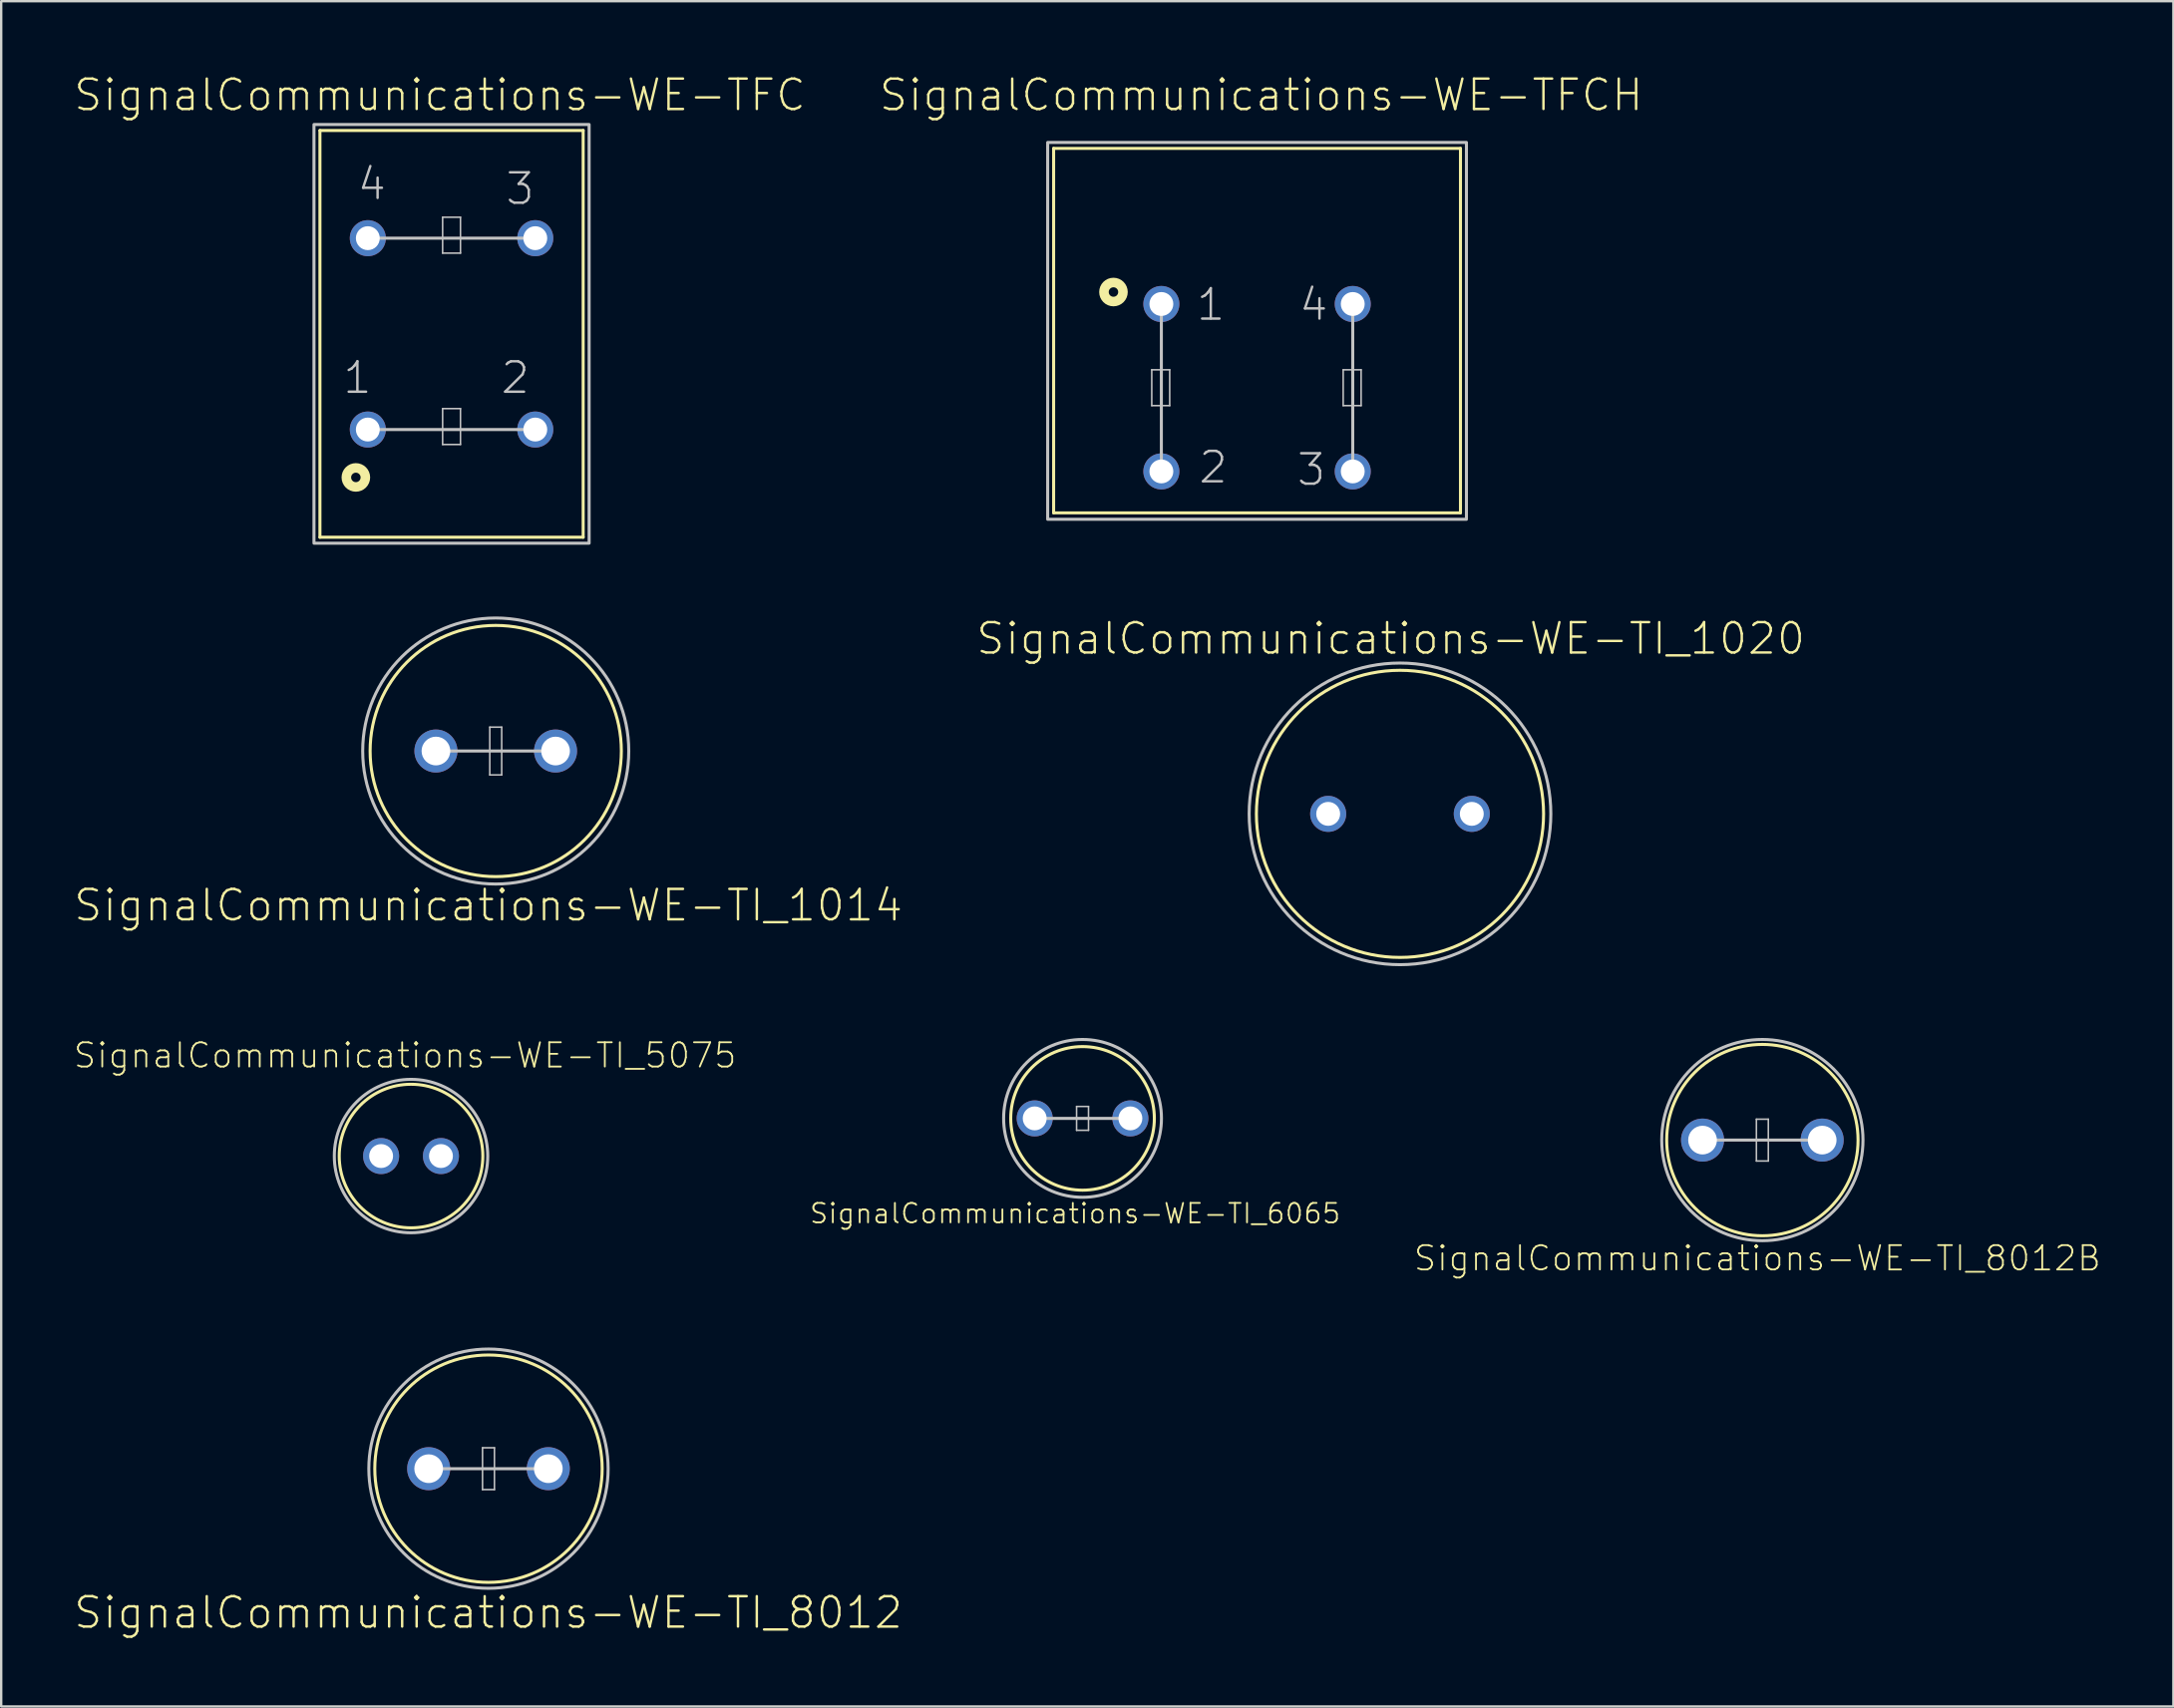
<source format=kicad_pcb>
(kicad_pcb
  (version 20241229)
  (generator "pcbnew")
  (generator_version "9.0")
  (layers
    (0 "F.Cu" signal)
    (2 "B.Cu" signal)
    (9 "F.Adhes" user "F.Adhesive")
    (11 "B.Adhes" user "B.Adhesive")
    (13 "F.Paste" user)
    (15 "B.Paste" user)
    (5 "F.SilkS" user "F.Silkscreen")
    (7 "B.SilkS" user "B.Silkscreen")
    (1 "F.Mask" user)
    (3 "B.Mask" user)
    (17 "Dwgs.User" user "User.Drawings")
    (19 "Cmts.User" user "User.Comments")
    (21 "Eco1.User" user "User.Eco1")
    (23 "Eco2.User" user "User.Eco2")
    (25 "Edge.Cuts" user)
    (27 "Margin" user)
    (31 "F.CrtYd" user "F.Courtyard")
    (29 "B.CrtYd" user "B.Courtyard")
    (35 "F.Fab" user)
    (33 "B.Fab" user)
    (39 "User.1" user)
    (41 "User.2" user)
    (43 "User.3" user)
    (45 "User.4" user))
  (footprint "SignalCommunications-WE-TI_1014"
    (layer "F.Cu")
    (at 17.662 28.333)
    (property "Reference" "SignalCommunications-WE-TI_1014" (at -0.31 6.449 0) (layer "F.SilkS") (effects (font (size 1.27 1.27) (thickness 0.102))))
    (attr exclude_from_pos_files exclude_from_bom)
    (fp_circle (center 0 0) (end 0 -5.248) (stroke (width 0.127) (type solid)) (fill no) (layer "F.SilkS"))
    (fp_line (start -2.499 0) (end 2.499 0) (stroke (width 0.127) (type solid)) (layer "Dwgs.User"))
    (fp_line (start -0.249 -0.998) (end 0.249 -0.998) (stroke (width 0.066) (type solid)) (layer "Dwgs.User"))
    (fp_line (start -0.249 0.998) (end -0.249 -0.998) (stroke (width 0.066) (type solid)) (layer "Dwgs.User"))
    (fp_line (start -0.249 0.998) (end 0.249 0.998) (stroke (width 0.066) (type solid)) (layer "Dwgs.User"))
    (fp_line (start 0.249 0.998) (end 0.249 -0.998) (stroke (width 0.066) (type solid)) (layer "Dwgs.User"))
    (fp_circle (center 0 0) (end 0 -5.558) (stroke (width 0.127) (type solid)) (fill no) (layer "Dwgs.User"))
    (pad "1" thru_hole circle (at -2.499 0) (size 1.798 1.798) (drill 1.199) (layers "*.Cu" "*.Paste" "*.Mask"))
    (pad "2" thru_hole circle (at 2.499 0) (size 1.798 1.798) (drill 1.199) (layers "*.Cu" "*.Paste" "*.Mask")))
  (footprint "SignalCommunications-WE-TI_8012"
    (layer "F.Cu")
    (at 17.359 58.322)
    (property "Reference" "SignalCommunications-WE-TI_8012" (at -0.008 6.015 0) (layer "F.SilkS") (effects (font (size 1.27 1.27) (thickness 0.102))))
    (attr exclude_from_pos_files exclude_from_bom)
    (fp_circle (center 0 0) (end 0 -4.75) (stroke (width 0.127) (type solid)) (fill no) (layer "F.SilkS"))
    (fp_line (start -2.499 0) (end 2.499 0) (stroke (width 0.127) (type solid)) (layer "Dwgs.User"))
    (fp_line (start -0.249 -0.874) (end 0.249 -0.874) (stroke (width 0.066) (type solid)) (layer "Dwgs.User"))
    (fp_line (start -0.249 0.874) (end -0.249 -0.874) (stroke (width 0.066) (type solid)) (layer "Dwgs.User"))
    (fp_line (start -0.249 0.874) (end 0.249 0.874) (stroke (width 0.066) (type solid)) (layer "Dwgs.User"))
    (fp_line (start 0.249 0.874) (end 0.249 -0.874) (stroke (width 0.066) (type solid)) (layer "Dwgs.User"))
    (fp_circle (center 0 0) (end 0 -4.999) (stroke (width 0.127) (type solid)) (fill no) (layer "Dwgs.User"))
    (pad "1" thru_hole circle (at -2.499 0) (size 1.798 1.798) (drill 1.199) (layers "*.Cu" "*.Paste" "*.Mask"))
    (pad "2" thru_hole circle (at 2.499 0) (size 1.798 1.798) (drill 1.199) (layers "*.Cu" "*.Paste" "*.Mask")))
  (footprint "SignalCommunications-WE-TI_1020"
    (layer "F.Cu")
    (at 55.442 30.959)
    (property "Reference" "SignalCommunications-WE-TI_1020" (at -0.386 -7.325 0) (layer "F.SilkS") (effects (font (size 1.27 1.27) (thickness 0.102))))
    (attr exclude_from_pos_files exclude_from_bom)
    (fp_circle (center 0 0) (end 0 -5.999) (stroke (width 0.127) (type solid)) (fill no) (layer "F.SilkS"))
    (fp_circle (center 0 0) (end 0 -6.302) (stroke (width 0.127) (type solid)) (fill no) (layer "Dwgs.User"))
    (pad "1" thru_hole circle (at -3 0) (size 1.506 1.506) (drill 0.998) (layers "*.Cu" "*.Paste" "*.Mask"))
    (pad "2" thru_hole circle (at 3 0) (size 1.506 1.506) (drill 0.998) (layers "*.Cu" "*.Paste" "*.Mask")))
  (footprint "SignalCommunications-WE-TI_8012B"
    (layer "F.Cu")
    (at 70.582 44.591)
    (property "Reference" "SignalCommunications-WE-TI_8012B" (at -0.208 4.94 0) (layer "F.SilkS") (effects (font (size 1.016 1.016) (thickness 0.076))))
    (attr exclude_from_pos_files exclude_from_bom)
    (fp_circle (center 0 0) (end 0 -3.998) (stroke (width 0.127) (type solid)) (fill no) (layer "F.SilkS"))
    (fp_line (start -2.499 0) (end 2.499 0) (stroke (width 0.127) (type solid)) (layer "Dwgs.User"))
    (fp_line (start -0.249 -0.874) (end 0.249 -0.874) (stroke (width 0.066) (type solid)) (layer "Dwgs.User"))
    (fp_line (start -0.249 0.874) (end -0.249 -0.874) (stroke (width 0.066) (type solid)) (layer "Dwgs.User"))
    (fp_line (start -0.249 0.874) (end 0.249 0.874) (stroke (width 0.066) (type solid)) (layer "Dwgs.User"))
    (fp_line (start 0.249 0.874) (end 0.249 -0.874) (stroke (width 0.066) (type solid)) (layer "Dwgs.User"))
    (fp_circle (center 0 0) (end 0 -4.204) (stroke (width 0.127) (type solid)) (fill no) (layer "Dwgs.User"))
    (pad "1" thru_hole circle (at -2.499 0) (size 1.798 1.798) (drill 1.199) (layers "*.Cu" "*.Paste" "*.Mask"))
    (pad "2" thru_hole circle (at 2.499 0) (size 1.798 1.798) (drill 1.199) (layers "*.Cu" "*.Paste" "*.Mask")))
  (footprint "SignalCommunications-WE-TI_6065"
    (layer "F.Cu")
    (at 42.179 43.684)
    (property "Reference" "SignalCommunications-WE-TI_6065" (at -0.31 3.973 0) (layer "F.SilkS") (effects (font (size 0.813 0.813) (thickness 0.076))))
    (attr exclude_from_pos_files exclude_from_bom)
    (fp_circle (center 0 0) (end 0 -3) (stroke (width 0.127) (type solid)) (fill no) (layer "F.SilkS"))
    (fp_line (start -1.999 0) (end 1.999 0) (stroke (width 0.127) (type solid)) (layer "Dwgs.User"))
    (fp_line (start -0.249 -0.498) (end 0.249 -0.498) (stroke (width 0.066) (type solid)) (layer "Dwgs.User"))
    (fp_line (start -0.249 0.498) (end -0.249 -0.498) (stroke (width 0.066) (type solid)) (layer "Dwgs.User"))
    (fp_line (start -0.249 0.498) (end 0.249 0.498) (stroke (width 0.066) (type solid)) (layer "Dwgs.User"))
    (fp_line (start 0.249 0.498) (end 0.249 -0.498) (stroke (width 0.066) (type solid)) (layer "Dwgs.User"))
    (fp_circle (center 0 0) (end 0 -3.297) (stroke (width 0.127) (type solid)) (fill no) (layer "Dwgs.User"))
    (pad "1" thru_hole circle (at -1.999 0) (size 1.506 1.506) (drill 0.998) (layers "*.Cu" "*.Paste" "*.Mask"))
    (pad "2" thru_hole circle (at 1.999 0) (size 1.506 1.506) (drill 0.998) (layers "*.Cu" "*.Paste" "*.Mask")))
  (footprint "SignalCommunications-WE-TFC"
    (layer "F.Cu")
    (at 15.816 10.901)
    (property "Reference" "SignalCommunications-WE-TFC" (at -0.49 -9.98 0) (layer "F.SilkS") (effects (font (size 1.27 1.27) (thickness 0.102))))
    (attr exclude_from_pos_files exclude_from_bom)
    (fp_line (start -5.499 -8.499) (end -5.499 8.499) (stroke (width 0.127) (type solid)) (layer "F.SilkS"))
    (fp_line (start -5.499 8.499) (end 5.499 8.499) (stroke (width 0.127) (type solid)) (layer "F.SilkS"))
    (fp_line (start 5.499 -8.499) (end -5.499 -8.499) (stroke (width 0.127) (type solid)) (layer "F.SilkS"))
    (fp_line (start 5.499 8.499) (end 5.499 -8.499) (stroke (width 0.127) (type solid)) (layer "F.SilkS"))
    (fp_circle (center -3.998 5.999) (end -3.998 5.801) (stroke (width 0.399) (type solid)) (fill no) (layer "F.SilkS"))
    (fp_line (start -3.498 -3.998) (end 3.498 -3.998) (stroke (width 0.127) (type solid)) (layer "Dwgs.User"))
    (fp_line (start -3.498 3.998) (end 3.498 3.998) (stroke (width 0.127) (type solid)) (layer "Dwgs.User"))
    (fp_line (start -0.373 -4.874) (end 0.373 -4.874) (stroke (width 0.066) (type solid)) (layer "Dwgs.User"))
    (fp_line (start -0.373 -3.373) (end -0.373 -4.874) (stroke (width 0.066) (type solid)) (layer "Dwgs.User"))
    (fp_line (start -0.373 -3.373) (end 0.373 -3.373) (stroke (width 0.066) (type solid)) (layer "Dwgs.User"))
    (fp_line (start -0.373 3.124) (end 0.373 3.124) (stroke (width 0.066) (type solid)) (layer "Dwgs.User"))
    (fp_line (start -0.373 4.623) (end -0.373 3.124) (stroke (width 0.066) (type solid)) (layer "Dwgs.User"))
    (fp_line (start -0.373 4.623) (end 0.373 4.623) (stroke (width 0.066) (type solid)) (layer "Dwgs.User"))
    (fp_line (start 0.373 -3.373) (end 0.373 -4.874) (stroke (width 0.066) (type solid)) (layer "Dwgs.User"))
    (fp_line (start 0.373 4.623) (end 0.373 3.124) (stroke (width 0.066) (type solid)) (layer "Dwgs.User"))
    (fp_poly (pts (xy -5.748 8.748) (xy -5.748 -8.748) (xy 5.748 -8.748) (xy 5.748 8.748) (xy -5.748 8.748)) (stroke (width 0.127) (type solid)) (fill no) (layer "Dwgs.User"))
    (fp_text user "1" (at -3.934 1.834 180) (layer "Dwgs.User") (effects (font (size 1.27 1.27) (thickness 0.102))))
    (fp_text user "2" (at 2.664 1.834 180) (layer "Dwgs.User") (effects (font (size 1.27 1.27) (thickness 0.102))))
    (fp_text user "4" (at -3.332 -6.264 180) (layer "Dwgs.User") (effects (font (size 1.27 1.27) (thickness 0.102))))
    (fp_text user "3" (at 2.863 -6.063 180) (layer "Dwgs.User") (effects (font (size 1.27 1.27) (thickness 0.102))))
    (pad "1" thru_hole circle (at -3.498 3.998) (size 1.506 1.506) (drill 0.998) (layers "*.Cu" "*.Paste" "*.Mask"))
    (pad "2" thru_hole circle (at 3.498 3.998) (size 1.506 1.506) (drill 0.998) (layers "*.Cu" "*.Paste" "*.Mask"))
    (pad "3" thru_hole circle (at 3.498 -3.998) (size 1.506 1.506) (drill 0.998) (layers "*.Cu" "*.Paste" "*.Mask"))
    (pad "4" thru_hole circle (at -3.498 -3.998) (size 1.506 1.506) (drill 0.998) (layers "*.Cu" "*.Paste" "*.Mask")))
  (footprint "SignalCommunications-WE-TI_5075"
    (layer "F.Cu")
    (at 14.123 45.258)
    (property "Reference" "SignalCommunications-WE-TI_5075" (at -0.249 -4.206 0) (layer "F.SilkS") (effects (font (size 1.016 1.016) (thickness 0.076))))
    (attr exclude_from_pos_files exclude_from_bom)
    (fp_circle (center 0 0) (end 0 -3) (stroke (width 0.127) (type solid)) (fill no) (layer "F.SilkS"))
    (fp_circle (center 0 0) (end 0 -3.205) (stroke (width 0.127) (type solid)) (fill no) (layer "Dwgs.User"))
    (pad "1" thru_hole circle (at -1.25 0) (size 1.506 1.506) (drill 0.998) (layers "*.Cu" "*.Paste" "*.Mask"))
    (pad "2" thru_hole circle (at 1.25 0) (size 1.506 1.506) (drill 0.998) (layers "*.Cu" "*.Paste" "*.Mask")))
  (footprint "SignalCommunications-WE-TFCH"
    (layer "F.Cu")
    (at 49.47 13.151)
    (property "Reference" "SignalCommunications-WE-TFCH" (at 0.173 -12.23 0) (layer "F.SilkS") (effects (font (size 1.27 1.27) (thickness 0.102))))
    (attr exclude_from_pos_files exclude_from_bom)
    (fp_line (start -8.499 -10) (end -8.499 5.23) (stroke (width 0.127) (type solid)) (layer "F.SilkS"))
    (fp_line (start -8.499 5.23) (end 8.499 5.23) (stroke (width 0.127) (type solid)) (layer "F.SilkS"))
    (fp_line (start 8.499 -10) (end -8.499 -10) (stroke (width 0.127) (type solid)) (layer "F.SilkS"))
    (fp_line (start 8.499 5.23) (end 8.499 -10) (stroke (width 0.127) (type solid)) (layer "F.SilkS"))
    (fp_circle (center -5.999 -3.998) (end -5.999 -4.196) (stroke (width 0.399) (type solid)) (fill no) (layer "F.SilkS"))
    (fp_line (start -4.399 -0.749) (end -3.65 -0.749) (stroke (width 0.066) (type solid)) (layer "Dwgs.User"))
    (fp_line (start -4.399 0.749) (end -4.399 -0.749) (stroke (width 0.066) (type solid)) (layer "Dwgs.User"))
    (fp_line (start -4.399 0.749) (end -3.65 0.749) (stroke (width 0.066) (type solid)) (layer "Dwgs.User"))
    (fp_line (start -3.998 3.498) (end -3.998 -3.498) (stroke (width 0.127) (type solid)) (layer "Dwgs.User"))
    (fp_line (start -3.65 0.749) (end -3.65 -0.749) (stroke (width 0.066) (type solid)) (layer "Dwgs.User"))
    (fp_line (start 3.599 -0.749) (end 4.348 -0.749) (stroke (width 0.066) (type solid)) (layer "Dwgs.User"))
    (fp_line (start 3.599 0.749) (end 3.599 -0.749) (stroke (width 0.066) (type solid)) (layer "Dwgs.User"))
    (fp_line (start 3.599 0.749) (end 4.348 0.749) (stroke (width 0.066) (type solid)) (layer "Dwgs.User"))
    (fp_line (start 3.998 3.498) (end 3.998 -3.498) (stroke (width 0.127) (type solid)) (layer "Dwgs.User"))
    (fp_line (start 4.348 0.749) (end 4.348 -0.749) (stroke (width 0.066) (type solid)) (layer "Dwgs.User"))
    (fp_poly (pts (xy -8.748 -10.249) (xy 8.748 -10.249) (xy 8.748 5.499) (xy -8.748 5.499) (xy -8.748 -10.249)) (stroke (width 0.127) (type solid)) (fill no) (layer "Dwgs.User"))
    (fp_text user "2" (at -1.831 3.327 0) (layer "Dwgs.User") (effects (font (size 1.27 1.27) (thickness 0.102))))
    (fp_text user "3" (at 2.266 3.426 0) (layer "Dwgs.User") (effects (font (size 1.27 1.27) (thickness 0.102))))
    (fp_text user "4" (at 2.365 -3.472 0) (layer "Dwgs.User") (effects (font (size 1.27 1.27) (thickness 0.102))))
    (fp_text user "1" (at -1.933 -3.472 0) (layer "Dwgs.User") (effects (font (size 1.27 1.27) (thickness 0.102))))
    (pad "1" thru_hole circle (at -3.998 -3.498) (size 1.506 1.506) (drill 0.998) (layers "*.Cu" "*.Paste" "*.Mask"))
    (pad "2" thru_hole circle (at -3.998 3.498) (size 1.506 1.506) (drill 0.998) (layers "*.Cu" "*.Paste" "*.Mask"))
    (pad "3" thru_hole circle (at 3.998 3.498) (size 1.506 1.506) (drill 0.998) (layers "*.Cu" "*.Paste" "*.Mask"))
    (pad "4" thru_hole circle (at 3.998 -3.498) (size 1.506 1.506) (drill 0.998) (layers "*.Cu" "*.Paste" "*.Mask")))
  (gr_rect
    (start -3 -3)
    (end 87.755 68.258)
    (stroke (width 0.1) (type default))
    (fill no)
    (layer "Edge.Cuts")))
</source>
